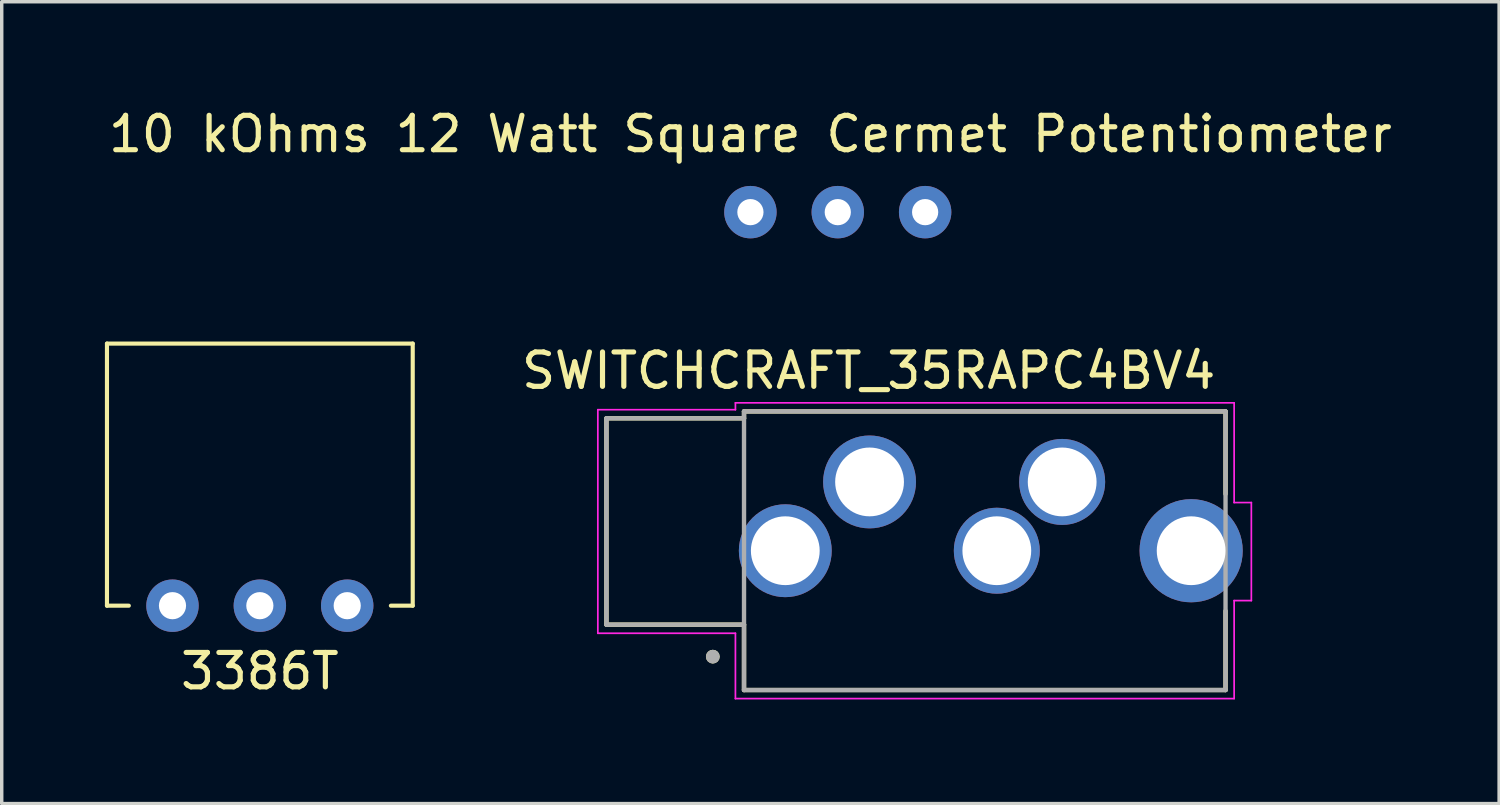
<source format=kicad_pcb>
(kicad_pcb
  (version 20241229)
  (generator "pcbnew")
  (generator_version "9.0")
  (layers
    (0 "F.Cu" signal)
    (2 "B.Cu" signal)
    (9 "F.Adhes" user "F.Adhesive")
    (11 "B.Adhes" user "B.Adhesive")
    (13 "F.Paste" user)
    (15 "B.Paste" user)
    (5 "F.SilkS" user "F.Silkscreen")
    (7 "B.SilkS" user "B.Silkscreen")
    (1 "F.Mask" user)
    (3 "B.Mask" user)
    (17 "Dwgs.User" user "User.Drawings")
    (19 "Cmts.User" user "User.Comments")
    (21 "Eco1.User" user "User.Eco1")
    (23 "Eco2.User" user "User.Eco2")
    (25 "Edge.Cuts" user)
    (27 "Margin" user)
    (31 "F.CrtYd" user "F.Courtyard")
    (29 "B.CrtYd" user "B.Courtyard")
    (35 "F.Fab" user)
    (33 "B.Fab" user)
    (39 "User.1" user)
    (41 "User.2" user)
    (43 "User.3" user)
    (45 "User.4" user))
  (footprint "SWITCHCRAFT_35RAPC4BV4"
    (layer "F.Cu")
    (at 23.582 12.962)
    (property "Reference" "SWITCHCRAFT_35RAPC4BV4" (at -1.376 -5.234 0) (layer "F.SilkS") (effects (font (size 1 1) (thickness 0.15))))
    (attr through_hole)
    (fp_line (start -9 -3.85) (end -5 -3.85) (stroke (width 0.127) (type solid)) (layer "F.SilkS"))
    (fp_line (start -9 2.15) (end -9 -3.85) (stroke (width 0.127) (type solid)) (layer "F.SilkS"))
    (fp_line (start -5 -4.05) (end 9 -4.05) (stroke (width 0.127) (type solid)) (layer "F.SilkS"))
    (fp_line (start -5 -3.85) (end -5 -4.05) (stroke (width 0.127) (type solid)) (layer "F.SilkS"))
    (fp_line (start -5 2.15) (end -9 2.15) (stroke (width 0.127) (type solid)) (layer "F.SilkS"))
    (fp_line (start -5 4.05) (end -5 2.15) (stroke (width 0.127) (type solid)) (layer "F.SilkS"))
    (fp_line (start 9 -4.05) (end 9 -1.65) (stroke (width 0.127) (type solid)) (layer "F.SilkS"))
    (fp_line (start 9 1.75) (end 9 4.05) (stroke (width 0.127) (type solid)) (layer "F.SilkS"))
    (fp_line (start 9 4.05) (end -5 4.05) (stroke (width 0.127) (type solid)) (layer "F.SilkS"))
    (fp_circle (center -5.907 3.08) (end -5.807 3.08) (stroke (width 0.2) (type solid)) (fill no) (layer "F.SilkS"))
    (fp_line (start -9.25 -4.1) (end -5.25 -4.1) (stroke (width 0.05) (type solid)) (layer "F.CrtYd"))
    (fp_line (start -9.25 2.4) (end -9.25 -4.1) (stroke (width 0.05) (type solid)) (layer "F.CrtYd"))
    (fp_line (start -5.25 -4.3) (end 9.25 -4.3) (stroke (width 0.05) (type solid)) (layer "F.CrtYd"))
    (fp_line (start -5.25 -4.1) (end -5.25 -4.3) (stroke (width 0.05) (type solid)) (layer "F.CrtYd"))
    (fp_line (start -5.25 2.4) (end -9.25 2.4) (stroke (width 0.05) (type solid)) (layer "F.CrtYd"))
    (fp_line (start -5.25 4.3) (end -5.25 2.4) (stroke (width 0.05) (type solid)) (layer "F.CrtYd"))
    (fp_line (start 9.25 -4.3) (end 9.25 -1.4) (stroke (width 0.05) (type solid)) (layer "F.CrtYd"))
    (fp_line (start 9.25 -1.4) (end 9.75 -1.4) (stroke (width 0.05) (type solid)) (layer "F.CrtYd"))
    (fp_line (start 9.25 1.45) (end 9.25 4.3) (stroke (width 0.05) (type solid)) (layer "F.CrtYd"))
    (fp_line (start 9.25 4.3) (end -5.25 4.3) (stroke (width 0.05) (type solid)) (layer "F.CrtYd"))
    (fp_line (start 9.75 -1.4) (end 9.75 1.45) (stroke (width 0.05) (type solid)) (layer "F.CrtYd"))
    (fp_line (start 9.75 1.45) (end 9.25 1.45) (stroke (width 0.05) (type solid)) (layer "F.CrtYd"))
    (fp_line (start -9 -3.85) (end -5 -3.85) (stroke (width 0.127) (type solid)) (layer "F.Fab"))
    (fp_line (start -9 2.15) (end -9 -3.85) (stroke (width 0.127) (type solid)) (layer "F.Fab"))
    (fp_line (start -5 -4.05) (end -5 4.05) (stroke (width 0.127) (type solid)) (layer "F.Fab"))
    (fp_line (start -5 -4.05) (end 9 -4.05) (stroke (width 0.127) (type solid)) (layer "F.Fab"))
    (fp_line (start -5 2.15) (end -9 2.15) (stroke (width 0.127) (type solid)) (layer "F.Fab"))
    (fp_line (start 9 -4.05) (end 9 4.05) (stroke (width 0.127) (type solid)) (layer "F.Fab"))
    (fp_line (start 9 4.05) (end -5 4.05) (stroke (width 0.127) (type solid)) (layer "F.Fab"))
    (fp_circle (center -5.907 3.08) (end -5.807 3.08) (stroke (width 0.2) (type solid)) (fill no) (layer "F.Fab"))
    (pad "1" thru_hole circle (at -3.8 0) (size 2.7 2.7) (drill 2) (layers "*.Cu" "*.Mask"))
    (pad "2" thru_hole circle (at -1.35 -2) (size 2.7 2.7) (drill 2) (layers "*.Cu" "*.Mask"))
    (pad "3" thru_hole circle (at 2.35 0) (size 2.5 2.5) (drill 2) (layers "*.Cu" "*.Mask"))
    (pad "4" thru_hole circle (at 4.25 -2) (size 2.5 2.5) (drill 2) (layers "*.Cu" "*.Mask"))
    (pad "5" thru_hole circle (at 8 0) (size 3 3) (drill 2) (layers "*.Cu" "*.Mask")))
  (footprint "10 kOhms 12 Watt Square Cermet Potentiometer"
    (layer "F.Cu")
    (at 21.308 3.118)
    (property "Reference" "10 kOhms 12 Watt Square Cermet Potentiometer" (at -2.54 -2.27 0) (layer "F.SilkS") (effects (font (size 1 1) (thickness 0.15))))
    (attr through_hole)
    (pad "1" thru_hole circle (at -2.54 0) (size 1.524 1.524) (drill 0.762) (layers "*.Cu" "*.Mask"))
    (pad "2" thru_hole circle (at 0 0) (size 1.524 1.524) (drill 0.762) (layers "*.Cu" "*.Mask"))
    (pad "3" thru_hole circle (at 2.54 0) (size 1.524 1.524) (drill 0.762) (layers "*.Cu" "*.Mask")))
  (footprint "3386T"
    (layer "F.Cu")
    (at 4.505 14.56)
    (property "Reference" "3386T" (at 0 1.905 0) (layer "F.SilkS") (effects (font (size 1 1) (thickness 0.15))))
    (attr through_hole)
    (fp_line (start -4.445 -7.62) (end 4.445 -7.62) (stroke (width 0.12) (type solid)) (layer "F.SilkS"))
    (fp_line (start -4.445 0) (end -4.445 -7.62) (stroke (width 0.12) (type solid)) (layer "F.SilkS"))
    (fp_line (start -3.81 0) (end -4.445 0) (stroke (width 0.12) (type solid)) (layer "F.SilkS"))
    (fp_line (start 4.445 -7.62) (end 4.445 0) (stroke (width 0.12) (type solid)) (layer "F.SilkS"))
    (fp_line (start 4.445 0) (end 3.81 0) (stroke (width 0.12) (type solid)) (layer "F.SilkS"))
    (pad "1" thru_hole circle (at -2.54 0) (size 1.524 1.524) (drill 0.79) (layers "*.Cu" "*.Mask"))
    (pad "2" thru_hole circle (at 0 0) (size 1.524 1.524) (drill 0.79) (layers "*.Cu" "*.Mask"))
    (pad "3" thru_hole circle (at 2.54 0) (size 1.524 1.524) (drill 0.79) (layers "*.Cu" "*.Mask")))
  (gr_rect
    (start -3 -3)
    (end 40.536 20.314)
    (stroke (width 0.1) (type default))
    (fill no)
    (layer "Edge.Cuts")))
</source>
